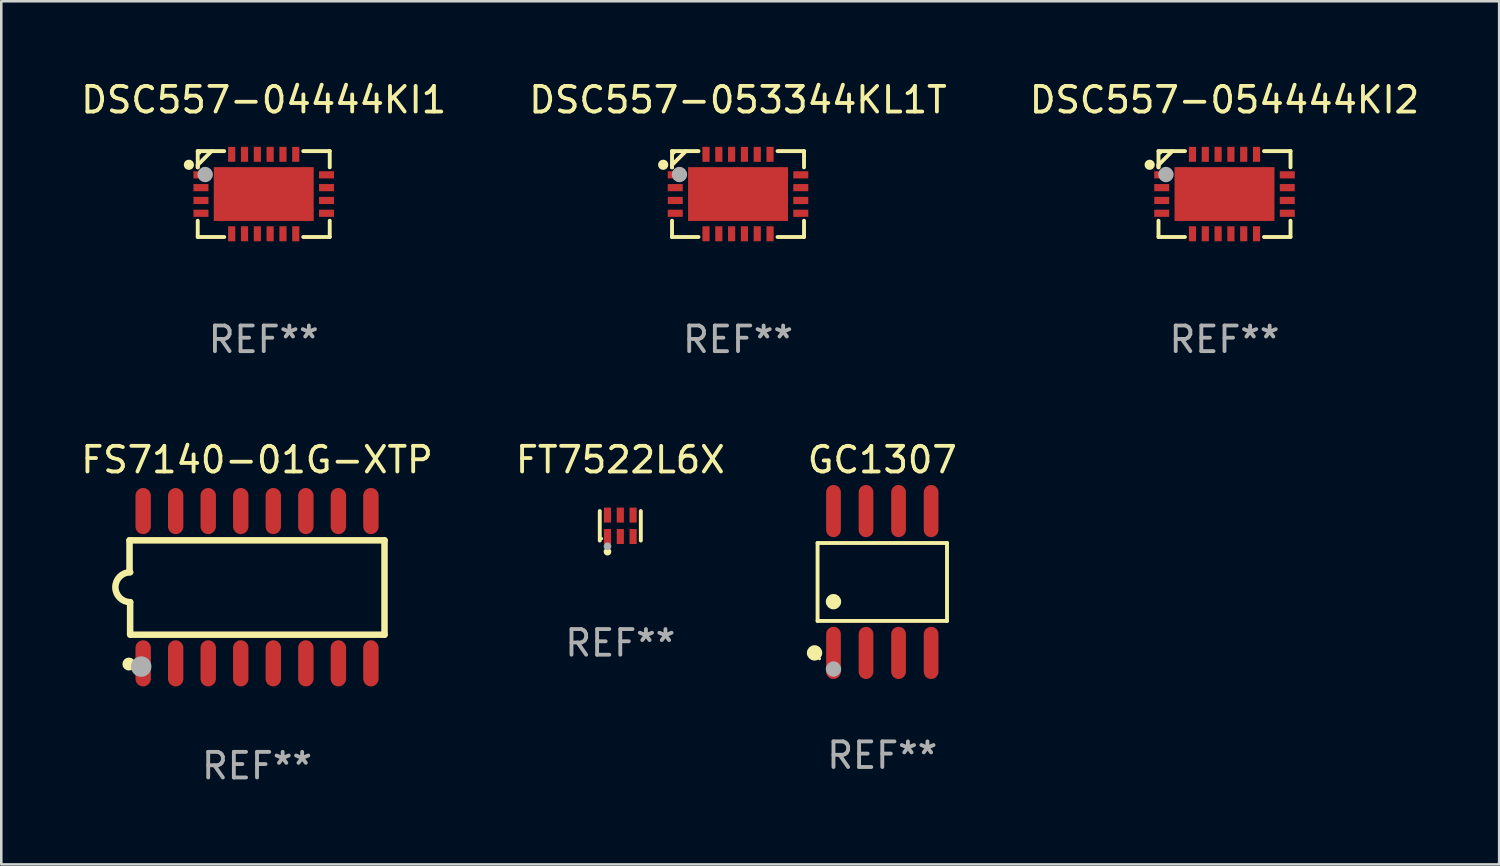
<source format=kicad_pcb>
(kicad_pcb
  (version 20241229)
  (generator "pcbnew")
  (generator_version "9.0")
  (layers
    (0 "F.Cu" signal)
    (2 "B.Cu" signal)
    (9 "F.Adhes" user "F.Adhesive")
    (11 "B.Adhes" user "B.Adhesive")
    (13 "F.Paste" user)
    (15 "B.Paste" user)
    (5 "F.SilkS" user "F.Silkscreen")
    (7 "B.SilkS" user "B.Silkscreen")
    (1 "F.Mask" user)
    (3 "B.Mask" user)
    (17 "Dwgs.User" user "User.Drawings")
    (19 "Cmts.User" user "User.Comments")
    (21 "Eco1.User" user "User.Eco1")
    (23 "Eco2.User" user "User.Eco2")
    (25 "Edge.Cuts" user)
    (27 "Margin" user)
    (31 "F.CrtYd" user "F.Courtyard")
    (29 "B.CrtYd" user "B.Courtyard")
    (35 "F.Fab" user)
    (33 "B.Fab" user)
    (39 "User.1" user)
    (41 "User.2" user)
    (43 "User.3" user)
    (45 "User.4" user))
  (footprint "DSC557-053344KL1T"
    (layer "F.Cu")
    (at 25.756 4.524)
    (property "Reference" "DSC557-053344KL1T" (at 0 -3.676 0) (layer "F.SilkS") (effects (font (size 1 1) (thickness 0.15))))
    (attr through_hole)
    (fp_line (start -2.576 -1.676) (end -1.542 -1.676) (stroke (width 0.152) (type solid)) (layer "F.SilkS"))
    (fp_line (start -2.576 -1.135) (end -2.035 -1.676) (stroke (width 0.152) (type solid)) (layer "F.SilkS"))
    (fp_line (start -2.576 -1.042) (end -2.576 -1.676) (stroke (width 0.152) (type solid)) (layer "F.SilkS"))
    (fp_line (start -2.576 -1.042) (end -2.576 -1.135) (stroke (width 0.152) (type solid)) (layer "F.SilkS"))
    (fp_line (start -2.576 1.042) (end -2.576 1.676) (stroke (width 0.152) (type solid)) (layer "F.SilkS"))
    (fp_line (start -2.576 1.676) (end -1.542 1.676) (stroke (width 0.152) (type solid)) (layer "F.SilkS"))
    (fp_line (start 2.576 -1.676) (end 1.542 -1.676) (stroke (width 0.152) (type solid)) (layer "F.SilkS"))
    (fp_line (start 2.576 -1.042) (end 2.576 -1.676) (stroke (width 0.152) (type solid)) (layer "F.SilkS"))
    (fp_line (start 2.576 1.042) (end 2.576 1.676) (stroke (width 0.152) (type solid)) (layer "F.SilkS"))
    (fp_line (start 2.576 1.676) (end 1.542 1.676) (stroke (width 0.152) (type solid)) (layer "F.SilkS"))
    (fp_circle (center -2.921 -1.143) (end -2.821 -1.143) (stroke (width 0.2) (type solid)) (fill no) (layer "F.SilkS"))
    (fp_circle (center -2.5 -1.6) (end -2.47 -1.6) (stroke (width 0.06) (type solid)) (fill no) (layer "F.SilkS"))
    (fp_circle (center -2.286 -0.762) (end -2.136 -0.762) (stroke (width 0.3) (type solid)) (fill no) (layer "F.Fab"))
    (fp_text user "REF**" (at 0 5.676 0) (layer "F.Fab") (effects (font (size 1 1) (thickness 0.15))))
    (pad "1" smd rect (at -2.45 -0.75) (size 0.585 0.28) (layers "F.Cu" "F.Mask" "F.Paste"))
    (pad "2" smd rect (at -2.45 -0.25) (size 0.585 0.28) (layers "F.Cu" "F.Mask" "F.Paste"))
    (pad "3" smd rect (at -2.45 0.25) (size 0.585 0.28) (layers "F.Cu" "F.Mask" "F.Paste"))
    (pad "4" smd rect (at -2.45 0.75) (size 0.585 0.28) (layers "F.Cu" "F.Mask" "F.Paste"))
    (pad "5" smd rect (at -1.25 1.55) (size 0.28 0.585) (layers "F.Cu" "F.Mask" "F.Paste"))
    (pad "6" smd rect (at -0.75 1.55) (size 0.28 0.585) (layers "F.Cu" "F.Mask" "F.Paste"))
    (pad "7" smd rect (at -0.25 1.55) (size 0.28 0.585) (layers "F.Cu" "F.Mask" "F.Paste"))
    (pad "8" smd rect (at 0.25 1.55) (size 0.28 0.585) (layers "F.Cu" "F.Mask" "F.Paste"))
    (pad "9" smd rect (at 0.75 1.55) (size 0.28 0.585) (layers "F.Cu" "F.Mask" "F.Paste"))
    (pad "10" smd rect (at 1.25 1.55) (size 0.28 0.585) (layers "F.Cu" "F.Mask" "F.Paste"))
    (pad "11" smd rect (at 2.45 0.75) (size 0.585 0.28) (layers "F.Cu" "F.Mask" "F.Paste"))
    (pad "12" smd rect (at 2.45 0.25) (size 0.585 0.28) (layers "F.Cu" "F.Mask" "F.Paste"))
    (pad "13" smd rect (at 2.45 -0.25) (size 0.585 0.28) (layers "F.Cu" "F.Mask" "F.Paste"))
    (pad "14" smd rect (at 2.45 -0.75) (size 0.585 0.28) (layers "F.Cu" "F.Mask" "F.Paste"))
    (pad "15" smd rect (at 1.25 -1.55) (size 0.28 0.585) (layers "F.Cu" "F.Mask" "F.Paste"))
    (pad "16" smd rect (at 0.75 -1.55) (size 0.28 0.585) (layers "F.Cu" "F.Mask" "F.Paste"))
    (pad "17" smd rect (at 0.25 -1.55) (size 0.28 0.585) (layers "F.Cu" "F.Mask" "F.Paste"))
    (pad "18" smd rect (at -0.25 -1.55) (size 0.28 0.585) (layers "F.Cu" "F.Mask" "F.Paste"))
    (pad "19" smd rect (at -0.75 -1.55) (size 0.28 0.585) (layers "F.Cu" "F.Mask" "F.Paste"))
    (pad "20" smd rect (at -1.25 -1.55) (size 0.28 0.585) (layers "F.Cu" "F.Mask" "F.Paste"))
    (pad "21" smd rect (at 0 0) (size 3.9 2.1) (layers "F.Cu" "F.Mask" "F.Paste")))
  (footprint "DSC557-054444KI2"
    (layer "F.Cu")
    (at 44.744 4.524)
    (property "Reference" "DSC557-054444KI2" (at 0 -3.676 0) (layer "F.SilkS") (effects (font (size 1 1) (thickness 0.15))))
    (attr through_hole)
    (fp_line (start -2.576 -1.676) (end -1.542 -1.676) (stroke (width 0.152) (type solid)) (layer "F.SilkS"))
    (fp_line (start -2.576 -1.135) (end -2.035 -1.676) (stroke (width 0.152) (type solid)) (layer "F.SilkS"))
    (fp_line (start -2.576 -1.042) (end -2.576 -1.676) (stroke (width 0.152) (type solid)) (layer "F.SilkS"))
    (fp_line (start -2.576 -1.042) (end -2.576 -1.135) (stroke (width 0.152) (type solid)) (layer "F.SilkS"))
    (fp_line (start -2.576 1.042) (end -2.576 1.676) (stroke (width 0.152) (type solid)) (layer "F.SilkS"))
    (fp_line (start -2.576 1.676) (end -1.542 1.676) (stroke (width 0.152) (type solid)) (layer "F.SilkS"))
    (fp_line (start 2.576 -1.676) (end 1.542 -1.676) (stroke (width 0.152) (type solid)) (layer "F.SilkS"))
    (fp_line (start 2.576 -1.042) (end 2.576 -1.676) (stroke (width 0.152) (type solid)) (layer "F.SilkS"))
    (fp_line (start 2.576 1.042) (end 2.576 1.676) (stroke (width 0.152) (type solid)) (layer "F.SilkS"))
    (fp_line (start 2.576 1.676) (end 1.542 1.676) (stroke (width 0.152) (type solid)) (layer "F.SilkS"))
    (fp_circle (center -2.921 -1.143) (end -2.821 -1.143) (stroke (width 0.2) (type solid)) (fill no) (layer "F.SilkS"))
    (fp_circle (center -2.5 -1.6) (end -2.47 -1.6) (stroke (width 0.06) (type solid)) (fill no) (layer "F.SilkS"))
    (fp_circle (center -2.286 -0.762) (end -2.136 -0.762) (stroke (width 0.3) (type solid)) (fill no) (layer "F.Fab"))
    (fp_text user "REF**" (at 0 5.676 0) (layer "F.Fab") (effects (font (size 1 1) (thickness 0.15))))
    (pad "1" smd rect (at -2.45 -0.75) (size 0.585 0.28) (layers "F.Cu" "F.Mask" "F.Paste"))
    (pad "2" smd rect (at -2.45 -0.25) (size 0.585 0.28) (layers "F.Cu" "F.Mask" "F.Paste"))
    (pad "3" smd rect (at -2.45 0.25) (size 0.585 0.28) (layers "F.Cu" "F.Mask" "F.Paste"))
    (pad "4" smd rect (at -2.45 0.75) (size 0.585 0.28) (layers "F.Cu" "F.Mask" "F.Paste"))
    (pad "5" smd rect (at -1.25 1.55) (size 0.28 0.585) (layers "F.Cu" "F.Mask" "F.Paste"))
    (pad "6" smd rect (at -0.75 1.55) (size 0.28 0.585) (layers "F.Cu" "F.Mask" "F.Paste"))
    (pad "7" smd rect (at -0.25 1.55) (size 0.28 0.585) (layers "F.Cu" "F.Mask" "F.Paste"))
    (pad "8" smd rect (at 0.25 1.55) (size 0.28 0.585) (layers "F.Cu" "F.Mask" "F.Paste"))
    (pad "9" smd rect (at 0.75 1.55) (size 0.28 0.585) (layers "F.Cu" "F.Mask" "F.Paste"))
    (pad "10" smd rect (at 1.25 1.55) (size 0.28 0.585) (layers "F.Cu" "F.Mask" "F.Paste"))
    (pad "11" smd rect (at 2.45 0.75) (size 0.585 0.28) (layers "F.Cu" "F.Mask" "F.Paste"))
    (pad "12" smd rect (at 2.45 0.25) (size 0.585 0.28) (layers "F.Cu" "F.Mask" "F.Paste"))
    (pad "13" smd rect (at 2.45 -0.25) (size 0.585 0.28) (layers "F.Cu" "F.Mask" "F.Paste"))
    (pad "14" smd rect (at 2.45 -0.75) (size 0.585 0.28) (layers "F.Cu" "F.Mask" "F.Paste"))
    (pad "15" smd rect (at 1.25 -1.55) (size 0.28 0.585) (layers "F.Cu" "F.Mask" "F.Paste"))
    (pad "16" smd rect (at 0.75 -1.55) (size 0.28 0.585) (layers "F.Cu" "F.Mask" "F.Paste"))
    (pad "17" smd rect (at 0.25 -1.55) (size 0.28 0.585) (layers "F.Cu" "F.Mask" "F.Paste"))
    (pad "18" smd rect (at -0.25 -1.55) (size 0.28 0.585) (layers "F.Cu" "F.Mask" "F.Paste"))
    (pad "19" smd rect (at -0.75 -1.55) (size 0.28 0.585) (layers "F.Cu" "F.Mask" "F.Paste"))
    (pad "20" smd rect (at -1.25 -1.55) (size 0.28 0.585) (layers "F.Cu" "F.Mask" "F.Paste"))
    (pad "21" smd rect (at 0 0) (size 3.9 2.1) (layers "F.Cu" "F.Mask" "F.Paste")))
  (footprint "FS7140-01G-XTP"
    (layer "F.Cu")
    (at 6.982 19.869)
    (property "Reference" "FS7140-01G-XTP" (at 0 -4.972 0) (layer "F.SilkS") (effects (font (size 1 1) (thickness 0.15))))
    (attr through_hole)
    (fp_line (start -4.976 -1.829) (end -4.976 -0.584) (stroke (width 0.254) (type solid)) (layer "F.SilkS"))
    (fp_line (start -4.953 0.584) (end -4.953 1.854) (stroke (width 0.254) (type solid)) (layer "F.SilkS"))
    (fp_line (start -4.928 1.854) (end 4.976 1.854) (stroke (width 0.254) (type solid)) (layer "F.SilkS"))
    (fp_line (start 4.976 -1.829) (end -4.976 -1.829) (stroke (width 0.254) (type solid)) (layer "F.SilkS"))
    (fp_line (start 4.976 1.854) (end 4.976 -1.829) (stroke (width 0.254) (type solid)) (layer "F.SilkS"))
    (fp_arc (start -4.95301 0.584201) (mid -5.533866 -0.00152) (end -4.950088 -0.584329) (stroke (width 0.254001) (type solid)) (layer "F.SilkS"))
    (fp_circle (center -5 3) (end -4.873 3) (stroke (width 0.254) (type solid)) (fill no) (layer "F.SilkS"))
    (fp_circle (center -4.521 3.099) (end -4.321 3.099) (stroke (width 0.4) (type solid)) (fill no) (layer "F.Fab"))
    (fp_text user "REF**" (at 0 6.972 0) (layer "F.Fab") (effects (font (size 1 1) (thickness 0.15))))
    (pad "1" smd oval (at -4.445 2.972 180) (size 0.6 1.8) (layers "F.Cu" "F.Mask" "F.Paste"))
    (pad "2" smd oval (at -3.175 2.972 180) (size 0.6 1.8) (layers "F.Cu" "F.Mask" "F.Paste"))
    (pad "3" smd oval (at -1.905 2.972 180) (size 0.6 1.8) (layers "F.Cu" "F.Mask" "F.Paste"))
    (pad "4" smd oval (at -0.635 2.972 180) (size 0.6 1.8) (layers "F.Cu" "F.Mask" "F.Paste"))
    (pad "5" smd oval (at 0.635 2.972 180) (size 0.6 1.8) (layers "F.Cu" "F.Mask" "F.Paste"))
    (pad "6" smd oval (at 1.905 2.972 180) (size 0.6 1.8) (layers "F.Cu" "F.Mask" "F.Paste"))
    (pad "7" smd oval (at 3.175 2.972 180) (size 0.6 1.8) (layers "F.Cu" "F.Mask" "F.Paste"))
    (pad "8" smd oval (at 4.445 2.972 180) (size 0.6 1.8) (layers "F.Cu" "F.Mask" "F.Paste"))
    (pad "9" smd oval (at 4.445 -2.972 180) (size 0.6 1.8) (layers "F.Cu" "F.Mask" "F.Paste"))
    (pad "10" smd oval (at 3.175 -2.972 180) (size 0.6 1.8) (layers "F.Cu" "F.Mask" "F.Paste"))
    (pad "11" smd oval (at 1.905 -2.972 180) (size 0.6 1.8) (layers "F.Cu" "F.Mask" "F.Paste"))
    (pad "12" smd oval (at 0.635 -2.972 180) (size 0.6 1.8) (layers "F.Cu" "F.Mask" "F.Paste"))
    (pad "13" smd oval (at -0.635 -2.972 180) (size 0.6 1.8) (layers "F.Cu" "F.Mask" "F.Paste"))
    (pad "14" smd oval (at -1.905 -2.972 180) (size 0.6 1.8) (layers "F.Cu" "F.Mask" "F.Paste"))
    (pad "15" smd oval (at -3.175 -2.972 180) (size 0.6 1.8) (layers "F.Cu" "F.Mask" "F.Paste"))
    (pad "16" smd oval (at -4.445 -2.972 180) (size 0.6 1.8) (layers "F.Cu" "F.Mask" "F.Paste")))
  (footprint "DSC557-04444KI1"
    (layer "F.Cu")
    (at 7.244 4.524)
    (property "Reference" "DSC557-04444KI1" (at 0 -3.676 0) (layer "F.SilkS") (effects (font (size 1 1) (thickness 0.15))))
    (attr through_hole)
    (fp_line (start -2.576 -1.676) (end -1.542 -1.676) (stroke (width 0.152) (type solid)) (layer "F.SilkS"))
    (fp_line (start -2.576 -1.135) (end -2.035 -1.676) (stroke (width 0.152) (type solid)) (layer "F.SilkS"))
    (fp_line (start -2.576 -1.042) (end -2.576 -1.676) (stroke (width 0.152) (type solid)) (layer "F.SilkS"))
    (fp_line (start -2.576 -1.042) (end -2.576 -1.135) (stroke (width 0.152) (type solid)) (layer "F.SilkS"))
    (fp_line (start -2.576 1.042) (end -2.576 1.676) (stroke (width 0.152) (type solid)) (layer "F.SilkS"))
    (fp_line (start -2.576 1.676) (end -1.542 1.676) (stroke (width 0.152) (type solid)) (layer "F.SilkS"))
    (fp_line (start 2.576 -1.676) (end 1.542 -1.676) (stroke (width 0.152) (type solid)) (layer "F.SilkS"))
    (fp_line (start 2.576 -1.042) (end 2.576 -1.676) (stroke (width 0.152) (type solid)) (layer "F.SilkS"))
    (fp_line (start 2.576 1.042) (end 2.576 1.676) (stroke (width 0.152) (type solid)) (layer "F.SilkS"))
    (fp_line (start 2.576 1.676) (end 1.542 1.676) (stroke (width 0.152) (type solid)) (layer "F.SilkS"))
    (fp_circle (center -2.921 -1.143) (end -2.821 -1.143) (stroke (width 0.2) (type solid)) (fill no) (layer "F.SilkS"))
    (fp_circle (center -2.5 -1.6) (end -2.47 -1.6) (stroke (width 0.06) (type solid)) (fill no) (layer "F.SilkS"))
    (fp_circle (center -2.286 -0.762) (end -2.136 -0.762) (stroke (width 0.3) (type solid)) (fill no) (layer "F.Fab"))
    (fp_text user "REF**" (at 0 5.676 0) (layer "F.Fab") (effects (font (size 1 1) (thickness 0.15))))
    (pad "1" smd rect (at -2.45 -0.75) (size 0.585 0.28) (layers "F.Cu" "F.Mask" "F.Paste"))
    (pad "2" smd rect (at -2.45 -0.25) (size 0.585 0.28) (layers "F.Cu" "F.Mask" "F.Paste"))
    (pad "3" smd rect (at -2.45 0.25) (size 0.585 0.28) (layers "F.Cu" "F.Mask" "F.Paste"))
    (pad "4" smd rect (at -2.45 0.75) (size 0.585 0.28) (layers "F.Cu" "F.Mask" "F.Paste"))
    (pad "5" smd rect (at -1.25 1.55) (size 0.28 0.585) (layers "F.Cu" "F.Mask" "F.Paste"))
    (pad "6" smd rect (at -0.75 1.55) (size 0.28 0.585) (layers "F.Cu" "F.Mask" "F.Paste"))
    (pad "7" smd rect (at -0.25 1.55) (size 0.28 0.585) (layers "F.Cu" "F.Mask" "F.Paste"))
    (pad "8" smd rect (at 0.25 1.55) (size 0.28 0.585) (layers "F.Cu" "F.Mask" "F.Paste"))
    (pad "9" smd rect (at 0.75 1.55) (size 0.28 0.585) (layers "F.Cu" "F.Mask" "F.Paste"))
    (pad "10" smd rect (at 1.25 1.55) (size 0.28 0.585) (layers "F.Cu" "F.Mask" "F.Paste"))
    (pad "11" smd rect (at 2.45 0.75) (size 0.585 0.28) (layers "F.Cu" "F.Mask" "F.Paste"))
    (pad "12" smd rect (at 2.45 0.25) (size 0.585 0.28) (layers "F.Cu" "F.Mask" "F.Paste"))
    (pad "13" smd rect (at 2.45 -0.25) (size 0.585 0.28) (layers "F.Cu" "F.Mask" "F.Paste"))
    (pad "14" smd rect (at 2.45 -0.75) (size 0.585 0.28) (layers "F.Cu" "F.Mask" "F.Paste"))
    (pad "15" smd rect (at 1.25 -1.55) (size 0.28 0.585) (layers "F.Cu" "F.Mask" "F.Paste"))
    (pad "16" smd rect (at 0.75 -1.55) (size 0.28 0.585) (layers "F.Cu" "F.Mask" "F.Paste"))
    (pad "17" smd rect (at 0.25 -1.55) (size 0.28 0.585) (layers "F.Cu" "F.Mask" "F.Paste"))
    (pad "18" smd rect (at -0.25 -1.55) (size 0.28 0.585) (layers "F.Cu" "F.Mask" "F.Paste"))
    (pad "19" smd rect (at -0.75 -1.55) (size 0.28 0.585) (layers "F.Cu" "F.Mask" "F.Paste"))
    (pad "20" smd rect (at -1.25 -1.55) (size 0.28 0.585) (layers "F.Cu" "F.Mask" "F.Paste"))
    (pad "21" smd rect (at 0 0) (size 3.9 2.1) (layers "F.Cu" "F.Mask" "F.Paste")))
  (footprint "FT7522L6X"
    (layer "F.Cu")
    (at 21.161 17.473)
    (property "Reference" "FT7522L6X" (at 0 -2.576 0) (layer "F.SilkS") (effects (font (size 1 1) (thickness 0.15))))
    (attr through_hole)
    (fp_line (start -0.801 0.576) (end -0.801 -0.576) (stroke (width 0.152) (type solid)) (layer "F.SilkS"))
    (fp_line (start 0.801 0.576) (end 0.801 -0.576) (stroke (width 0.152) (type solid)) (layer "F.SilkS"))
    (fp_circle (center -0.725 0.5) (end -0.695 0.5) (stroke (width 0.06) (type solid)) (fill no) (layer "F.SilkS"))
    (fp_circle (center -0.5 1.01) (end -0.425 1.01) (stroke (width 0.15) (type solid)) (fill no) (layer "F.SilkS"))
    (fp_circle (center -0.5 0.8) (end -0.425 0.8) (stroke (width 0.15) (type solid)) (fill no) (layer "F.Fab"))
    (fp_text user "REF**" (at 0 4.576 0) (layer "F.Fab") (effects (font (size 1 1) (thickness 0.15))))
    (pad "1" smd rect (at -0.5 0.418) (size 0.28 0.585) (layers "F.Cu" "F.Mask" "F.Paste"))
    (pad "2" smd rect (at 0 0.418) (size 0.28 0.585) (layers "F.Cu" "F.Mask" "F.Paste"))
    (pad "3" smd rect (at 0.5 0.418) (size 0.28 0.585) (layers "F.Cu" "F.Mask" "F.Paste"))
    (pad "4" smd rect (at 0.5 -0.418) (size 0.28 0.585) (layers "F.Cu" "F.Mask" "F.Paste"))
    (pad "5" smd rect (at 0 -0.418) (size 0.28 0.585) (layers "F.Cu" "F.Mask" "F.Paste"))
    (pad "6" smd rect (at -0.5 -0.418) (size 0.28 0.585) (layers "F.Cu" "F.Mask" "F.Paste")))
  (footprint "GC1307"
    (layer "F.Cu")
    (at 31.387 19.665)
    (property "Reference" "GC1307" (at 0 -4.768 0) (layer "F.SilkS") (effects (font (size 1 1) (thickness 0.15))))
    (attr through_hole)
    (fp_line (start -2.526 -1.521) (end 2.526 -1.521) (stroke (width 0.152) (type solid)) (layer "F.SilkS"))
    (fp_line (start -2.526 1.521) (end -2.526 -1.521) (stroke (width 0.152) (type solid)) (layer "F.SilkS"))
    (fp_line (start 2.526 -1.521) (end 2.526 1.521) (stroke (width 0.152) (type solid)) (layer "F.SilkS"))
    (fp_line (start 2.526 1.521) (end -2.526 1.521) (stroke (width 0.152) (type solid)) (layer "F.SilkS"))
    (fp_circle (center -2.644 2.768) (end -2.494 2.768) (stroke (width 0.3) (type solid)) (fill no) (layer "F.SilkS"))
    (fp_circle (center -2.45 2.998) (end -2.42 2.998) (stroke (width 0.06) (type solid)) (fill no) (layer "F.SilkS"))
    (fp_circle (center -1.905 0.769) (end -1.755 0.769) (stroke (width 0.3) (type solid)) (fill no) (layer "F.SilkS"))
    (fp_circle (center -1.905 3.398) (end -1.755 3.398) (stroke (width 0.3) (type solid)) (fill no) (layer "F.Fab"))
    (fp_text user "REF**" (at 0 6.768 0) (layer "F.Fab") (effects (font (size 1 1) (thickness 0.15))))
    (pad "1" smd oval (at -1.905 2.768) (size 0.574 2.036) (layers "F.Cu" "F.Mask" "F.Paste"))
    (pad "2" smd oval (at -0.635 2.768) (size 0.574 2.036) (layers "F.Cu" "F.Mask" "F.Paste"))
    (pad "3" smd oval (at 0.635 2.768) (size 0.574 2.036) (layers "F.Cu" "F.Mask" "F.Paste"))
    (pad "4" smd oval (at 1.905 2.768) (size 0.574 2.036) (layers "F.Cu" "F.Mask" "F.Paste"))
    (pad "5" smd oval (at 1.905 -2.768) (size 0.574 2.036) (layers "F.Cu" "F.Mask" "F.Paste"))
    (pad "6" smd oval (at 0.635 -2.768) (size 0.574 2.036) (layers "F.Cu" "F.Mask" "F.Paste"))
    (pad "7" smd oval (at -0.635 -2.768) (size 0.574 2.036) (layers "F.Cu" "F.Mask" "F.Paste"))
    (pad "8" smd oval (at -1.905 -2.768) (size 0.574 2.036) (layers "F.Cu" "F.Mask" "F.Paste")))
  (gr_rect
    (start -3 -3)
    (end 55.464 30.689)
    (stroke (width 0.1) (type default))
    (fill no)
    (layer "Edge.Cuts")))
</source>
